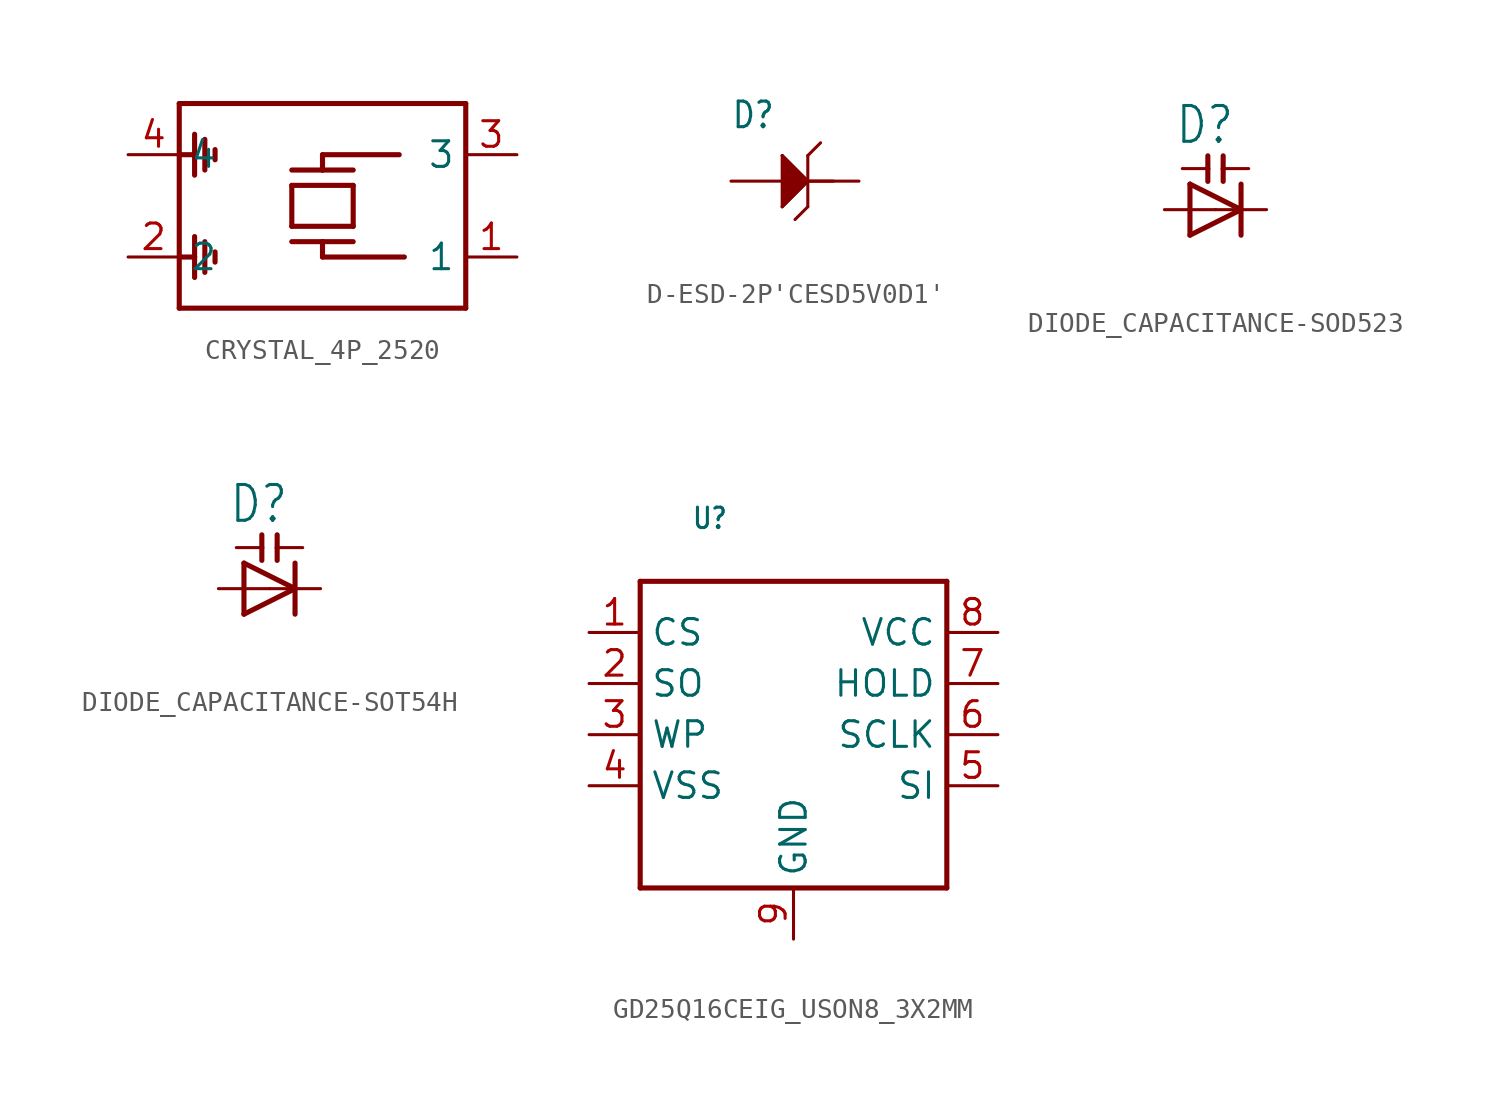
<source format=kicad_sym>
(kicad_symbol_lib
  (version 20220914)
  (generator kicad_symbol_editor)
  (symbol "CRYSTAL_4P_2520"
    (property "Reference" "X"
      (at -4.318 7.112 0)
      (effects (font (size 1.016 0.864)) (justify left bottom) hide))
    (property "ki_locked" ""
      (at 0 0 0)
      (effects (font (size 1.27 1.27))))
    (symbol "CRYSTAL_4P_2520_1_0"
      (polyline (pts (xy -7.112 -5.08) (xy -7.112 -2.54)) (stroke (width 0.254) (type solid)) (fill (type none)))
      (polyline (pts (xy -7.112 -2.54) (xy -7.112 2.54)) (stroke (width 0.254) (type solid)) (fill (type none)))
      (polyline (pts (xy -7.112 2.54) (xy -7.112 5.08)) (stroke (width 0.254) (type solid)) (fill (type none)))
      (polyline (pts (xy -7.112 5.08) (xy 7.112 5.08)) (stroke (width 0.254) (type solid)) (fill (type none)))
      (polyline (pts (xy -6.35 -3.556) (xy -6.35 -2.54)) (stroke (width 0.254) (type solid)) (fill (type none)))
      (polyline (pts (xy -6.35 -2.54) (xy -7.112 -2.54)) (stroke (width 0.254) (type solid)) (fill (type none)))
      (polyline (pts (xy -6.35 -2.54) (xy -6.35 -1.524)) (stroke (width 0.254) (type solid)) (fill (type none)))
      (polyline (pts (xy -6.35 2.54) (xy -7.112 2.54)) (stroke (width 0.254) (type solid)) (fill (type none)))
      (polyline (pts (xy -6.35 2.54) (xy -6.35 1.524)) (stroke (width 0.254) (type solid)) (fill (type none)))
      (polyline (pts (xy -6.35 3.556) (xy -6.35 2.54)) (stroke (width 0.254) (type solid)) (fill (type none)))
      (polyline (pts (xy -5.842 -3.302) (xy -5.842 -1.778)) (stroke (width 0.254) (type solid)) (fill (type none)))
      (polyline (pts (xy -5.842 3.302) (xy -5.842 1.778)) (stroke (width 0.254) (type solid)) (fill (type none)))
      (polyline (pts (xy -5.334 -2.794) (xy -5.334 -2.286)) (stroke (width 0.254) (type solid)) (fill (type none)))
      (polyline (pts (xy -5.334 2.794) (xy -5.334 2.286)) (stroke (width 0.254) (type solid)) (fill (type none)))
      (polyline (pts (xy -1.524 -1.778) (xy 0 -1.778)) (stroke (width 0.254) (type solid)) (fill (type none)))
      (polyline (pts (xy -1.524 -1.016) (xy -1.524 1.016)) (stroke (width 0.254) (type solid)) (fill (type none)))
      (polyline (pts (xy -1.524 1.016) (xy 1.524 1.016)) (stroke (width 0.254) (type solid)) (fill (type none)))
      (polyline (pts (xy -1.524 1.778) (xy 0 1.778)) (stroke (width 0.254) (type solid)) (fill (type none)))
      (polyline (pts (xy 0 -2.54) (xy 4.064 -2.54)) (stroke (width 0.254) (type solid)) (fill (type none)))
      (polyline (pts (xy 0 -1.778) (xy 0 -2.54)) (stroke (width 0.254) (type solid)) (fill (type none)))
      (polyline (pts (xy 0 -1.778) (xy 1.524 -1.778)) (stroke (width 0.254) (type solid)) (fill (type none)))
      (polyline (pts (xy 0 1.778) (xy 0 2.54)) (stroke (width 0.254) (type solid)) (fill (type none)))
      (polyline (pts (xy 0 1.778) (xy 1.524 1.778)) (stroke (width 0.254) (type solid)) (fill (type none)))
      (polyline (pts (xy 0 2.54) (xy 3.81 2.54)) (stroke (width 0.254) (type solid)) (fill (type none)))
      (polyline (pts (xy 1.524 -1.016) (xy -1.524 -1.016)) (stroke (width 0.254) (type solid)) (fill (type none)))
      (polyline (pts (xy 1.524 1.016) (xy 1.524 -1.016)) (stroke (width 0.254) (type solid)) (fill (type none)))
      (polyline (pts (xy 7.112 -5.08) (xy -7.112 -5.08)) (stroke (width 0.254) (type solid)) (fill (type none)))
      (polyline (pts (xy 7.112 5.08) (xy 7.112 -5.08)) (stroke (width 0.254) (type solid)) (fill (type none)))
      (pin bidirectional line (at 9.652 -2.54 180) (length 2.54) (name "1" (effects (font (size 1.27 1.27)))) (number "1" (effects (font (size 1.27 1.27)))))
      (pin bidirectional line (at -9.652 -2.54 0) (length 2.54) (name "2" (effects (font (size 1.27 1.27)))) (number "2" (effects (font (size 1.27 1.27)))))
      (pin bidirectional line (at 9.652 2.54 180) (length 2.54) (name "3" (effects (font (size 1.27 1.27)))) (number "3" (effects (font (size 1.27 1.27)))))
      (pin bidirectional line (at -9.652 2.54 0) (length 2.54) (name "4" (effects (font (size 1.27 1.27)))) (number "4" (effects (font (size 1.27 1.27)))))))
  (symbol "D-ESD-2P'CESD5V0D1'"
    (property "Reference" "D"
      (at -3.81 2.54 0)
      (effects (font (size 1.27 1.079)) (justify left bottom)))
    (property "Value" ""
      (at -3.81 -3.81 0)
      (effects (font (size 1.27 1.079)) (justify left bottom)))
    (property "ki_locked" ""
      (at 0 0 0)
      (effects (font (size 1.27 1.27))))
    (symbol "D-ESD-2P'CESD5V0D1'_1_0"
      (polyline (pts (xy -1.27 -1.27) (xy 0 0)) (stroke (width 0.152) (type solid)) (fill (type none)))
      (polyline (pts (xy -1.27 1.27) (xy -1.27 -1.27)) (stroke (width 0.152) (type solid)) (fill (type none)))
      (polyline (pts (xy 0 -1.27) (xy -0.635 -1.905)) (stroke (width 0.152) (type solid)) (fill (type none)))
      (polyline (pts (xy 0 0) (xy -1.27 1.27)) (stroke (width 0.152) (type solid)) (fill (type none)))
      (polyline (pts (xy 0 0) (xy 0 -1.27)) (stroke (width 0.152) (type solid)) (fill (type none)))
      (polyline (pts (xy 0 0) (xy 0 1.27)) (stroke (width 0.152) (type solid)) (fill (type none)))
      (polyline (pts (xy 0 0) (xy 1.27 0)) (stroke (width 0.152) (type solid)) (fill (type none)))
      (polyline (pts (xy 0 1.27) (xy 0.635 1.905)) (stroke (width 0.152) (type solid)) (fill (type none)))
      (polyline (pts (xy -1.27 1.27) (xy 0 0) (xy -1.27 -1.27)) (stroke (width 0.152) (type solid)) (fill (type outline)))
      (pin bidirectional line (at -3.81 0 0) (length 2.54) (name "1" (effects (font (size 0 0)))) (number "+" (effects (font (size 0 0)))))
      (pin bidirectional line (at 2.54 0 180) (length 2.54) (name "2" (effects (font (size 0 0)))) (number "-" (effects (font (size 0 0)))))))
  (symbol "DIODE_CAPACITANCE-SOD523"
    (property "Reference" "D"
      (at -2.032 3.175 0)
      (effects (font (size 1.778 1.511)) (justify left bottom)))
    (property "Value" ""
      (at -1.778 -3.683 0)
      (effects (font (size 1.778 1.511)) (justify left bottom)))
    (property "ki_locked" ""
      (at 0 0 0)
      (effects (font (size 1.27 1.27))))
    (symbol "DIODE_CAPACITANCE-SOD523_1_0"
      (polyline (pts (xy -1.27 -1.27) (xy 1.27 0)) (stroke (width 0.254) (type solid)) (fill (type none)))
      (polyline (pts (xy -1.27 1.27) (xy -1.27 -1.27)) (stroke (width 0.254) (type solid)) (fill (type none)))
      (polyline (pts (xy -0.381 2.04) (xy -1.651 2.04)) (stroke (width 0.152) (type solid)) (fill (type none)))
      (polyline (pts (xy -0.381 2.04) (xy -0.381 1.405)) (stroke (width 0.254) (type solid)) (fill (type none)))
      (polyline (pts (xy -0.381 2.675) (xy -0.381 2.04)) (stroke (width 0.254) (type solid)) (fill (type none)))
      (polyline (pts (xy 0.381 2.04) (xy 0.381 1.405)) (stroke (width 0.254) (type solid)) (fill (type none)))
      (polyline (pts (xy 0.381 2.675) (xy 0.381 2.04)) (stroke (width 0.254) (type solid)) (fill (type none)))
      (polyline (pts (xy 1.27 0) (xy -1.27 1.27)) (stroke (width 0.254) (type solid)) (fill (type none)))
      (polyline (pts (xy 1.27 0) (xy 1.27 -1.27)) (stroke (width 0.254) (type solid)) (fill (type none)))
      (polyline (pts (xy 1.27 1.27) (xy 1.27 0)) (stroke (width 0.254) (type solid)) (fill (type none)))
      (polyline (pts (xy 1.651 2.04) (xy 0.381 2.04)) (stroke (width 0.152) (type solid)) (fill (type none)))
      (pin passive line (at -2.54 0 0) (length 2.54) (name "A" (effects (font (size 0 0)))) (number "A" (effects (font (size 0 0)))))
      (pin passive line (at 2.54 0 180) (length 2.54) (name "C" (effects (font (size 0 0)))) (number "C" (effects (font (size 0 0)))))))
  (symbol "DIODE_CAPACITANCE-SOT54H"
    (property "Reference" "D"
      (at -2.032 3.175 0)
      (effects (font (size 1.778 1.511)) (justify left bottom)))
    (property "Value" ""
      (at -1.778 -3.683 0)
      (effects (font (size 1.778 1.511)) (justify left bottom)))
    (property "ki_locked" ""
      (at 0 0 0)
      (effects (font (size 1.27 1.27))))
    (symbol "DIODE_CAPACITANCE-SOT54H_1_0"
      (polyline (pts (xy -1.27 -1.27) (xy 1.27 0)) (stroke (width 0.254) (type solid)) (fill (type none)))
      (polyline (pts (xy -1.27 1.27) (xy -1.27 -1.27)) (stroke (width 0.254) (type solid)) (fill (type none)))
      (polyline (pts (xy -0.381 2.04) (xy -1.651 2.04)) (stroke (width 0.152) (type solid)) (fill (type none)))
      (polyline (pts (xy -0.381 2.04) (xy -0.381 1.405)) (stroke (width 0.254) (type solid)) (fill (type none)))
      (polyline (pts (xy -0.381 2.675) (xy -0.381 2.04)) (stroke (width 0.254) (type solid)) (fill (type none)))
      (polyline (pts (xy 0.381 2.04) (xy 0.381 1.405)) (stroke (width 0.254) (type solid)) (fill (type none)))
      (polyline (pts (xy 0.381 2.675) (xy 0.381 2.04)) (stroke (width 0.254) (type solid)) (fill (type none)))
      (polyline (pts (xy 1.27 0) (xy -1.27 1.27)) (stroke (width 0.254) (type solid)) (fill (type none)))
      (polyline (pts (xy 1.27 0) (xy 1.27 -1.27)) (stroke (width 0.254) (type solid)) (fill (type none)))
      (polyline (pts (xy 1.27 1.27) (xy 1.27 0)) (stroke (width 0.254) (type solid)) (fill (type none)))
      (polyline (pts (xy 1.651 2.04) (xy 0.381 2.04)) (stroke (width 0.152) (type solid)) (fill (type none)))
      (pin passive line (at -2.54 0 0) (length 2.54) (name "A" (effects (font (size 0 0)))) (number "A" (effects (font (size 0 0)))))
      (pin passive line (at 2.54 0 180) (length 2.54) (name "C" (effects (font (size 0 0)))) (number "C" (effects (font (size 0 0)))))))
  (symbol "GD25Q16CEIG_USON8_3X2MM"
    (property "Reference" "U"
      (at -5.08 10.16 0)
      (effects (font (size 1.016 0.864)) (justify left bottom)))
    (property "Value" ""
      (at -5.08 7.62 0)
      (effects (font (size 1.016 0.864)) (justify left bottom)))
    (property "ki_locked" ""
      (at 0 0 0)
      (effects (font (size 1.27 1.27))))
    (symbol "GD25Q16CEIG_USON8_3X2MM_1_0"
      (polyline (pts (xy -7.62 -7.62) (xy -7.62 7.62)) (stroke (width 0.254) (type solid)) (fill (type none)))
      (polyline (pts (xy -7.62 7.62) (xy 7.62 7.62)) (stroke (width 0.254) (type solid)) (fill (type none)))
      (polyline (pts (xy 7.62 -7.62) (xy -7.62 -7.62)) (stroke (width 0.254) (type solid)) (fill (type none)))
      (polyline (pts (xy 7.62 7.62) (xy 7.62 -7.62)) (stroke (width 0.254) (type solid)) (fill (type none)))
      (pin bidirectional line (at -10.16 5.08 0) (length 2.54) (name "CS" (effects (font (size 1.27 1.27)))) (number "1" (effects (font (size 1.27 1.27)))))
      (pin bidirectional line (at -10.16 2.54 0) (length 2.54) (name "SO" (effects (font (size 1.27 1.27)))) (number "2" (effects (font (size 1.27 1.27)))))
      (pin bidirectional line (at -10.16 0 0) (length 2.54) (name "WP" (effects (font (size 1.27 1.27)))) (number "3" (effects (font (size 1.27 1.27)))))
      (pin bidirectional line (at -10.16 -2.54 0) (length 2.54) (name "VSS" (effects (font (size 1.27 1.27)))) (number "4" (effects (font (size 1.27 1.27)))))
      (pin bidirectional line (at 10.16 -2.54 180) (length 2.54) (name "SI" (effects (font (size 1.27 1.27)))) (number "5" (effects (font (size 1.27 1.27)))))
      (pin bidirectional line (at 10.16 0 180) (length 2.54) (name "SCLK" (effects (font (size 1.27 1.27)))) (number "6" (effects (font (size 1.27 1.27)))))
      (pin bidirectional line (at 10.16 2.54 180) (length 2.54) (name "HOLD" (effects (font (size 1.27 1.27)))) (number "7" (effects (font (size 1.27 1.27)))))
      (pin bidirectional line (at 10.16 5.08 180) (length 2.54) (name "VCC" (effects (font (size 1.27 1.27)))) (number "8" (effects (font (size 1.27 1.27)))))
      (pin bidirectional line (at 0 -10.16 90) (length 2.54) (name "GND" (effects (font (size 1.27 1.27)))) (number "9" (effects (font (size 1.27 1.27))))))))
</source>
